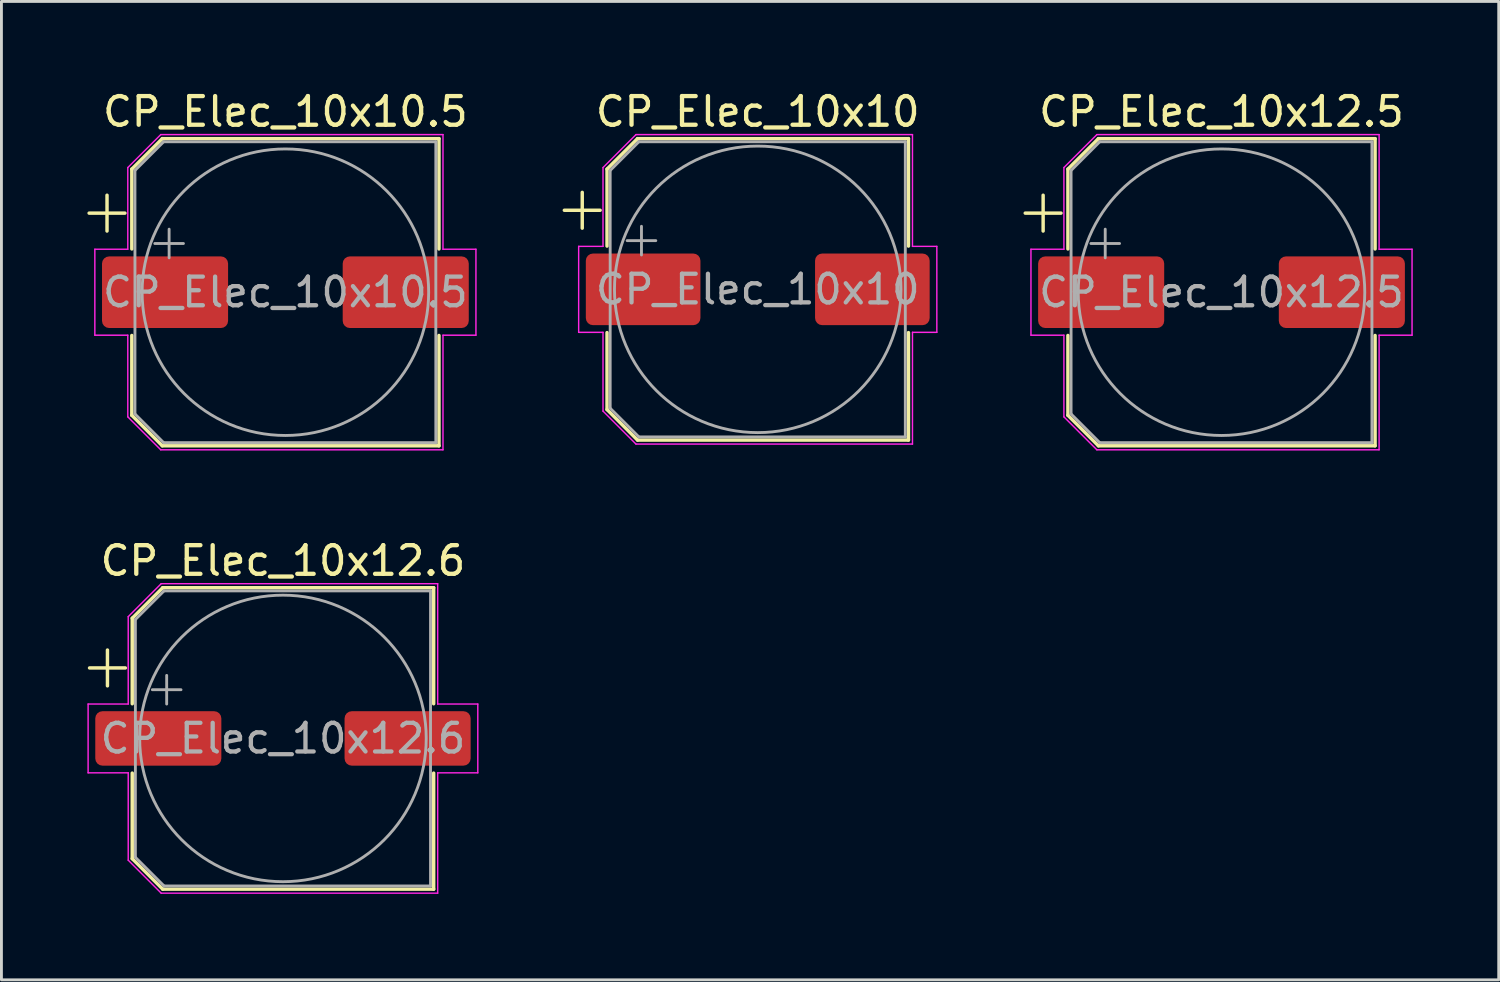
<source format=kicad_pcb>
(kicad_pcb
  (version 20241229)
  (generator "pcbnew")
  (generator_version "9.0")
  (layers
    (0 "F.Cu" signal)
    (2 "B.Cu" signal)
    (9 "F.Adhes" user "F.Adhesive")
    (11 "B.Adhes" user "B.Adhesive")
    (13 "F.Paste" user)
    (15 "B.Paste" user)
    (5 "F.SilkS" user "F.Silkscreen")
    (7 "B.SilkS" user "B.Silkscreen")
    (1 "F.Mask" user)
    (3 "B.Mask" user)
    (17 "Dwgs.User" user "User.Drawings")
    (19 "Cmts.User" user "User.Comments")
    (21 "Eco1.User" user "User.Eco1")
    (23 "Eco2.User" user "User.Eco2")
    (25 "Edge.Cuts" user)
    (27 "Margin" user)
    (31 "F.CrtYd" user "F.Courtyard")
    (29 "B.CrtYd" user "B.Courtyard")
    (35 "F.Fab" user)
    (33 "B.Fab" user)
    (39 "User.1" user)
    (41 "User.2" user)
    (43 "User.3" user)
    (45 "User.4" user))
  (footprint "CP_Elec_10x10.5"
    (layer "F.Cu")
    (at 6.91 7.148)
    (property "Reference" "CP_Elec_10x10.5" (at 0 -6.3 0) (layer "F.SilkS") (effects (font (size 1 1) (thickness 0.15))))
    (attr smd)
    (fp_line (start -6.85 -2.76) (end -5.6 -2.76) (stroke (width 0.12) (type solid)) (layer "F.SilkS"))
    (fp_line (start -6.225 -3.385) (end -6.225 -2.135) (stroke (width 0.12) (type solid)) (layer "F.SilkS"))
    (fp_line (start -5.36 -4.296) (end -5.36 -1.51) (stroke (width 0.12) (type solid)) (layer "F.SilkS"))
    (fp_line (start -5.36 -4.296) (end -4.296 -5.36) (stroke (width 0.12) (type solid)) (layer "F.SilkS"))
    (fp_line (start -5.36 4.296) (end -5.36 1.51) (stroke (width 0.12) (type solid)) (layer "F.SilkS"))
    (fp_line (start -5.36 4.296) (end -4.296 5.36) (stroke (width 0.12) (type solid)) (layer "F.SilkS"))
    (fp_line (start -4.296 -5.36) (end 5.36 -5.36) (stroke (width 0.12) (type solid)) (layer "F.SilkS"))
    (fp_line (start -4.296 5.36) (end 5.36 5.36) (stroke (width 0.12) (type solid)) (layer "F.SilkS"))
    (fp_line (start 5.36 -5.36) (end 5.36 -1.51) (stroke (width 0.12) (type solid)) (layer "F.SilkS"))
    (fp_line (start 5.36 5.36) (end 5.36 1.51) (stroke (width 0.12) (type solid)) (layer "F.SilkS"))
    (fp_line (start -6.65 -1.5) (end -6.65 1.5) (stroke (width 0.05) (type solid)) (layer "F.CrtYd"))
    (fp_line (start -6.65 1.5) (end -5.5 1.5) (stroke (width 0.05) (type solid)) (layer "F.CrtYd"))
    (fp_line (start -5.5 -4.35) (end -5.5 -1.5) (stroke (width 0.05) (type solid)) (layer "F.CrtYd"))
    (fp_line (start -5.5 -4.35) (end -4.35 -5.5) (stroke (width 0.05) (type solid)) (layer "F.CrtYd"))
    (fp_line (start -5.5 -1.5) (end -6.65 -1.5) (stroke (width 0.05) (type solid)) (layer "F.CrtYd"))
    (fp_line (start -5.5 1.5) (end -5.5 4.35) (stroke (width 0.05) (type solid)) (layer "F.CrtYd"))
    (fp_line (start -5.5 4.35) (end -4.35 5.5) (stroke (width 0.05) (type solid)) (layer "F.CrtYd"))
    (fp_line (start -4.35 -5.5) (end 5.5 -5.5) (stroke (width 0.05) (type solid)) (layer "F.CrtYd"))
    (fp_line (start -4.35 5.5) (end 5.5 5.5) (stroke (width 0.05) (type solid)) (layer "F.CrtYd"))
    (fp_line (start 5.5 -5.5) (end 5.5 -1.5) (stroke (width 0.05) (type solid)) (layer "F.CrtYd"))
    (fp_line (start 5.5 -1.5) (end 6.65 -1.5) (stroke (width 0.05) (type solid)) (layer "F.CrtYd"))
    (fp_line (start 5.5 1.5) (end 5.5 5.5) (stroke (width 0.05) (type solid)) (layer "F.CrtYd"))
    (fp_line (start 6.65 -1.5) (end 6.65 1.5) (stroke (width 0.05) (type solid)) (layer "F.CrtYd"))
    (fp_line (start 6.65 1.5) (end 5.5 1.5) (stroke (width 0.05) (type solid)) (layer "F.CrtYd"))
    (fp_line (start -5.25 -4.25) (end -5.25 4.25) (stroke (width 0.1) (type solid)) (layer "F.Fab"))
    (fp_line (start -5.25 -4.25) (end -4.25 -5.25) (stroke (width 0.1) (type solid)) (layer "F.Fab"))
    (fp_line (start -5.25 4.25) (end -4.25 5.25) (stroke (width 0.1) (type solid)) (layer "F.Fab"))
    (fp_line (start -4.558 -1.7) (end -3.558 -1.7) (stroke (width 0.1) (type solid)) (layer "F.Fab"))
    (fp_line (start -4.25 -5.25) (end 5.25 -5.25) (stroke (width 0.1) (type solid)) (layer "F.Fab"))
    (fp_line (start -4.25 5.25) (end 5.25 5.25) (stroke (width 0.1) (type solid)) (layer "F.Fab"))
    (fp_line (start -4.058 -2.2) (end -4.058 -1.2) (stroke (width 0.1) (type solid)) (layer "F.Fab"))
    (fp_line (start 5.25 -5.25) (end 5.25 5.25) (stroke (width 0.1) (type solid)) (layer "F.Fab"))
    (fp_circle (center 0 0) (end 5 0) (stroke (width 0.1) (type solid)) (fill no) (layer "F.Fab"))
    (fp_text user "${REFERENCE}" (at 0 0 0) (layer "F.Fab") (effects (font (size 1 1) (thickness 0.15))))
    (pad "1" smd roundrect (at -4.2 0) (size 4.4 2.5) (layers "F.Cu" "F.Mask" "F.Paste") (roundrect_rratio 0.1))
    (pad "2" smd roundrect (at 4.2 0) (size 4.4 2.5) (layers "F.Cu" "F.Mask" "F.Paste") (roundrect_rratio 0.1)))
  (footprint "CP_Elec_10x12.6"
    (layer "F.Cu")
    (at 6.825 22.721)
    (property "Reference" "CP_Elec_10x12.6" (at 0 -6.2 0) (layer "F.SilkS") (effects (font (size 1 1) (thickness 0.15))))
    (attr smd)
    (fp_line (start -6.75 -2.46) (end -5.5 -2.46) (stroke (width 0.12) (type solid)) (layer "F.SilkS"))
    (fp_line (start -6.125 -3.085) (end -6.125 -1.835) (stroke (width 0.12) (type solid)) (layer "F.SilkS"))
    (fp_line (start -5.26 -4.196) (end -5.26 -1.21) (stroke (width 0.12) (type solid)) (layer "F.SilkS"))
    (fp_line (start -5.26 -4.196) (end -4.196 -5.26) (stroke (width 0.12) (type solid)) (layer "F.SilkS"))
    (fp_line (start -5.26 4.196) (end -5.26 1.21) (stroke (width 0.12) (type solid)) (layer "F.SilkS"))
    (fp_line (start -5.26 4.196) (end -4.196 5.26) (stroke (width 0.12) (type solid)) (layer "F.SilkS"))
    (fp_line (start -4.196 -5.26) (end 5.26 -5.26) (stroke (width 0.12) (type solid)) (layer "F.SilkS"))
    (fp_line (start -4.196 5.26) (end 5.26 5.26) (stroke (width 0.12) (type solid)) (layer "F.SilkS"))
    (fp_line (start 5.26 -5.26) (end 5.26 -1.21) (stroke (width 0.12) (type solid)) (layer "F.SilkS"))
    (fp_line (start 5.26 5.26) (end 5.26 1.21) (stroke (width 0.12) (type solid)) (layer "F.SilkS"))
    (fp_line (start -6.8 -1.2) (end -6.8 1.2) (stroke (width 0.05) (type solid)) (layer "F.CrtYd"))
    (fp_line (start -6.8 1.2) (end -5.4 1.2) (stroke (width 0.05) (type solid)) (layer "F.CrtYd"))
    (fp_line (start -5.4 -4.25) (end -5.4 -1.2) (stroke (width 0.05) (type solid)) (layer "F.CrtYd"))
    (fp_line (start -5.4 -4.25) (end -4.25 -5.4) (stroke (width 0.05) (type solid)) (layer "F.CrtYd"))
    (fp_line (start -5.4 -1.2) (end -6.8 -1.2) (stroke (width 0.05) (type solid)) (layer "F.CrtYd"))
    (fp_line (start -5.4 1.2) (end -5.4 4.25) (stroke (width 0.05) (type solid)) (layer "F.CrtYd"))
    (fp_line (start -5.4 4.25) (end -4.25 5.4) (stroke (width 0.05) (type solid)) (layer "F.CrtYd"))
    (fp_line (start -4.25 -5.4) (end 5.4 -5.4) (stroke (width 0.05) (type solid)) (layer "F.CrtYd"))
    (fp_line (start -4.25 5.4) (end 5.4 5.4) (stroke (width 0.05) (type solid)) (layer "F.CrtYd"))
    (fp_line (start 5.4 -5.4) (end 5.4 -1.2) (stroke (width 0.05) (type solid)) (layer "F.CrtYd"))
    (fp_line (start 5.4 -1.2) (end 6.8 -1.2) (stroke (width 0.05) (type solid)) (layer "F.CrtYd"))
    (fp_line (start 5.4 1.2) (end 5.4 5.4) (stroke (width 0.05) (type solid)) (layer "F.CrtYd"))
    (fp_line (start 6.8 -1.2) (end 6.8 1.2) (stroke (width 0.05) (type solid)) (layer "F.CrtYd"))
    (fp_line (start 6.8 1.2) (end 5.4 1.2) (stroke (width 0.05) (type solid)) (layer "F.CrtYd"))
    (fp_line (start -5.15 -4.15) (end -5.15 4.15) (stroke (width 0.1) (type solid)) (layer "F.Fab"))
    (fp_line (start -5.15 -4.15) (end -4.15 -5.15) (stroke (width 0.1) (type solid)) (layer "F.Fab"))
    (fp_line (start -5.15 4.15) (end -4.15 5.15) (stroke (width 0.1) (type solid)) (layer "F.Fab"))
    (fp_line (start -4.558 -1.7) (end -3.558 -1.7) (stroke (width 0.1) (type solid)) (layer "F.Fab"))
    (fp_line (start -4.15 -5.15) (end 5.15 -5.15) (stroke (width 0.1) (type solid)) (layer "F.Fab"))
    (fp_line (start -4.15 5.15) (end 5.15 5.15) (stroke (width 0.1) (type solid)) (layer "F.Fab"))
    (fp_line (start -4.058 -2.2) (end -4.058 -1.2) (stroke (width 0.1) (type solid)) (layer "F.Fab"))
    (fp_line (start 5.15 -5.15) (end 5.15 5.15) (stroke (width 0.1) (type solid)) (layer "F.Fab"))
    (fp_circle (center 0 0) (end 5 0) (stroke (width 0.1) (type solid)) (fill no) (layer "F.Fab"))
    (fp_text user "${REFERENCE}" (at 0 0 0) (layer "F.Fab") (effects (font (size 1 1) (thickness 0.15))))
    (pad "1" smd roundrect (at -4.35 0) (size 4.4 1.9) (layers "F.Cu" "F.Mask" "F.Paste") (roundrect_rratio 0.132))
    (pad "2" smd roundrect (at 4.35 0) (size 4.4 1.9) (layers "F.Cu" "F.Mask" "F.Paste") (roundrect_rratio 0.132)))
  (footprint "CP_Elec_10x12.5"
    (layer "F.Cu")
    (at 39.58 7.148)
    (property "Reference" "CP_Elec_10x12.5" (at 0 -6.3 0) (layer "F.SilkS") (effects (font (size 1 1) (thickness 0.15))))
    (attr smd)
    (fp_line (start -6.85 -2.76) (end -5.6 -2.76) (stroke (width 0.12) (type solid)) (layer "F.SilkS"))
    (fp_line (start -6.225 -3.385) (end -6.225 -2.135) (stroke (width 0.12) (type solid)) (layer "F.SilkS"))
    (fp_line (start -5.36 -4.296) (end -5.36 -1.51) (stroke (width 0.12) (type solid)) (layer "F.SilkS"))
    (fp_line (start -5.36 -4.296) (end -4.296 -5.36) (stroke (width 0.12) (type solid)) (layer "F.SilkS"))
    (fp_line (start -5.36 4.296) (end -5.36 1.51) (stroke (width 0.12) (type solid)) (layer "F.SilkS"))
    (fp_line (start -5.36 4.296) (end -4.296 5.36) (stroke (width 0.12) (type solid)) (layer "F.SilkS"))
    (fp_line (start -4.296 -5.36) (end 5.36 -5.36) (stroke (width 0.12) (type solid)) (layer "F.SilkS"))
    (fp_line (start -4.296 5.36) (end 5.36 5.36) (stroke (width 0.12) (type solid)) (layer "F.SilkS"))
    (fp_line (start 5.36 -5.36) (end 5.36 -1.51) (stroke (width 0.12) (type solid)) (layer "F.SilkS"))
    (fp_line (start 5.36 5.36) (end 5.36 1.51) (stroke (width 0.12) (type solid)) (layer "F.SilkS"))
    (fp_line (start -6.65 -1.5) (end -6.65 1.5) (stroke (width 0.05) (type solid)) (layer "F.CrtYd"))
    (fp_line (start -6.65 1.5) (end -5.5 1.5) (stroke (width 0.05) (type solid)) (layer "F.CrtYd"))
    (fp_line (start -5.5 -4.35) (end -5.5 -1.5) (stroke (width 0.05) (type solid)) (layer "F.CrtYd"))
    (fp_line (start -5.5 -4.35) (end -4.35 -5.5) (stroke (width 0.05) (type solid)) (layer "F.CrtYd"))
    (fp_line (start -5.5 -1.5) (end -6.65 -1.5) (stroke (width 0.05) (type solid)) (layer "F.CrtYd"))
    (fp_line (start -5.5 1.5) (end -5.5 4.35) (stroke (width 0.05) (type solid)) (layer "F.CrtYd"))
    (fp_line (start -5.5 4.35) (end -4.35 5.5) (stroke (width 0.05) (type solid)) (layer "F.CrtYd"))
    (fp_line (start -4.35 -5.5) (end 5.5 -5.5) (stroke (width 0.05) (type solid)) (layer "F.CrtYd"))
    (fp_line (start -4.35 5.5) (end 5.5 5.5) (stroke (width 0.05) (type solid)) (layer "F.CrtYd"))
    (fp_line (start 5.5 -5.5) (end 5.5 -1.5) (stroke (width 0.05) (type solid)) (layer "F.CrtYd"))
    (fp_line (start 5.5 -1.5) (end 6.65 -1.5) (stroke (width 0.05) (type solid)) (layer "F.CrtYd"))
    (fp_line (start 5.5 1.5) (end 5.5 5.5) (stroke (width 0.05) (type solid)) (layer "F.CrtYd"))
    (fp_line (start 6.65 -1.5) (end 6.65 1.5) (stroke (width 0.05) (type solid)) (layer "F.CrtYd"))
    (fp_line (start 6.65 1.5) (end 5.5 1.5) (stroke (width 0.05) (type solid)) (layer "F.CrtYd"))
    (fp_line (start -5.25 -4.25) (end -5.25 4.25) (stroke (width 0.1) (type solid)) (layer "F.Fab"))
    (fp_line (start -5.25 -4.25) (end -4.25 -5.25) (stroke (width 0.1) (type solid)) (layer "F.Fab"))
    (fp_line (start -5.25 4.25) (end -4.25 5.25) (stroke (width 0.1) (type solid)) (layer "F.Fab"))
    (fp_line (start -4.558 -1.7) (end -3.558 -1.7) (stroke (width 0.1) (type solid)) (layer "F.Fab"))
    (fp_line (start -4.25 -5.25) (end 5.25 -5.25) (stroke (width 0.1) (type solid)) (layer "F.Fab"))
    (fp_line (start -4.25 5.25) (end 5.25 5.25) (stroke (width 0.1) (type solid)) (layer "F.Fab"))
    (fp_line (start -4.058 -2.2) (end -4.058 -1.2) (stroke (width 0.1) (type solid)) (layer "F.Fab"))
    (fp_line (start 5.25 -5.25) (end 5.25 5.25) (stroke (width 0.1) (type solid)) (layer "F.Fab"))
    (fp_circle (center 0 0) (end 5 0) (stroke (width 0.1) (type solid)) (fill no) (layer "F.Fab"))
    (fp_text user "${REFERENCE}" (at 0 0 0) (layer "F.Fab") (effects (font (size 1 1) (thickness 0.15))))
    (pad "1" smd roundrect (at -4.2 0) (size 4.4 2.5) (layers "F.Cu" "F.Mask" "F.Paste") (roundrect_rratio 0.1))
    (pad "2" smd roundrect (at 4.2 0) (size 4.4 2.5) (layers "F.Cu" "F.Mask" "F.Paste") (roundrect_rratio 0.1)))
  (footprint "CP_Elec_10x10"
    (layer "F.Cu")
    (at 23.395 7.048)
    (property "Reference" "CP_Elec_10x10" (at 0 -6.2 0) (layer "F.SilkS") (effects (font (size 1 1) (thickness 0.15))))
    (attr smd)
    (fp_line (start -6.75 -2.76) (end -5.5 -2.76) (stroke (width 0.12) (type solid)) (layer "F.SilkS"))
    (fp_line (start -6.125 -3.385) (end -6.125 -2.135) (stroke (width 0.12) (type solid)) (layer "F.SilkS"))
    (fp_line (start -5.26 -4.196) (end -5.26 -1.51) (stroke (width 0.12) (type solid)) (layer "F.SilkS"))
    (fp_line (start -5.26 -4.196) (end -4.196 -5.26) (stroke (width 0.12) (type solid)) (layer "F.SilkS"))
    (fp_line (start -5.26 4.196) (end -5.26 1.51) (stroke (width 0.12) (type solid)) (layer "F.SilkS"))
    (fp_line (start -5.26 4.196) (end -4.196 5.26) (stroke (width 0.12) (type solid)) (layer "F.SilkS"))
    (fp_line (start -4.196 -5.26) (end 5.26 -5.26) (stroke (width 0.12) (type solid)) (layer "F.SilkS"))
    (fp_line (start -4.196 5.26) (end 5.26 5.26) (stroke (width 0.12) (type solid)) (layer "F.SilkS"))
    (fp_line (start 5.26 -5.26) (end 5.26 -1.51) (stroke (width 0.12) (type solid)) (layer "F.SilkS"))
    (fp_line (start 5.26 5.26) (end 5.26 1.51) (stroke (width 0.12) (type solid)) (layer "F.SilkS"))
    (fp_line (start -6.25 -1.5) (end -6.25 1.5) (stroke (width 0.05) (type solid)) (layer "F.CrtYd"))
    (fp_line (start -6.25 1.5) (end -5.4 1.5) (stroke (width 0.05) (type solid)) (layer "F.CrtYd"))
    (fp_line (start -5.4 -4.25) (end -5.4 -1.5) (stroke (width 0.05) (type solid)) (layer "F.CrtYd"))
    (fp_line (start -5.4 -4.25) (end -4.25 -5.4) (stroke (width 0.05) (type solid)) (layer "F.CrtYd"))
    (fp_line (start -5.4 -1.5) (end -6.25 -1.5) (stroke (width 0.05) (type solid)) (layer "F.CrtYd"))
    (fp_line (start -5.4 1.5) (end -5.4 4.25) (stroke (width 0.05) (type solid)) (layer "F.CrtYd"))
    (fp_line (start -5.4 4.25) (end -4.25 5.4) (stroke (width 0.05) (type solid)) (layer "F.CrtYd"))
    (fp_line (start -4.25 -5.4) (end 5.4 -5.4) (stroke (width 0.05) (type solid)) (layer "F.CrtYd"))
    (fp_line (start -4.25 5.4) (end 5.4 5.4) (stroke (width 0.05) (type solid)) (layer "F.CrtYd"))
    (fp_line (start 5.4 -5.4) (end 5.4 -1.5) (stroke (width 0.05) (type solid)) (layer "F.CrtYd"))
    (fp_line (start 5.4 -1.5) (end 6.25 -1.5) (stroke (width 0.05) (type solid)) (layer "F.CrtYd"))
    (fp_line (start 5.4 1.5) (end 5.4 5.4) (stroke (width 0.05) (type solid)) (layer "F.CrtYd"))
    (fp_line (start 6.25 -1.5) (end 6.25 1.5) (stroke (width 0.05) (type solid)) (layer "F.CrtYd"))
    (fp_line (start 6.25 1.5) (end 5.4 1.5) (stroke (width 0.05) (type solid)) (layer "F.CrtYd"))
    (fp_line (start -5.15 -4.15) (end -5.15 4.15) (stroke (width 0.1) (type solid)) (layer "F.Fab"))
    (fp_line (start -5.15 -4.15) (end -4.15 -5.15) (stroke (width 0.1) (type solid)) (layer "F.Fab"))
    (fp_line (start -5.15 4.15) (end -4.15 5.15) (stroke (width 0.1) (type solid)) (layer "F.Fab"))
    (fp_line (start -4.558 -1.7) (end -3.558 -1.7) (stroke (width 0.1) (type solid)) (layer "F.Fab"))
    (fp_line (start -4.15 -5.15) (end 5.15 -5.15) (stroke (width 0.1) (type solid)) (layer "F.Fab"))
    (fp_line (start -4.15 5.15) (end 5.15 5.15) (stroke (width 0.1) (type solid)) (layer "F.Fab"))
    (fp_line (start -4.058 -2.2) (end -4.058 -1.2) (stroke (width 0.1) (type solid)) (layer "F.Fab"))
    (fp_line (start 5.15 -5.15) (end 5.15 5.15) (stroke (width 0.1) (type solid)) (layer "F.Fab"))
    (fp_circle (center 0 0) (end 5 0) (stroke (width 0.1) (type solid)) (fill no) (layer "F.Fab"))
    (fp_text user "${REFERENCE}" (at 0 0 0) (layer "F.Fab") (effects (font (size 1 1) (thickness 0.15))))
    (pad "1" smd roundrect (at -4 0) (size 4 2.5) (layers "F.Cu" "F.Mask" "F.Paste") (roundrect_rratio 0.1))
    (pad "2" smd roundrect (at 4 0) (size 4 2.5) (layers "F.Cu" "F.Mask" "F.Paste") (roundrect_rratio 0.1)))
  (gr_rect
    (start -3 -3)
    (end 49.255 31.146)
    (stroke (width 0.1) (type default))
    (fill no)
    (layer "Edge.Cuts")))
</source>
